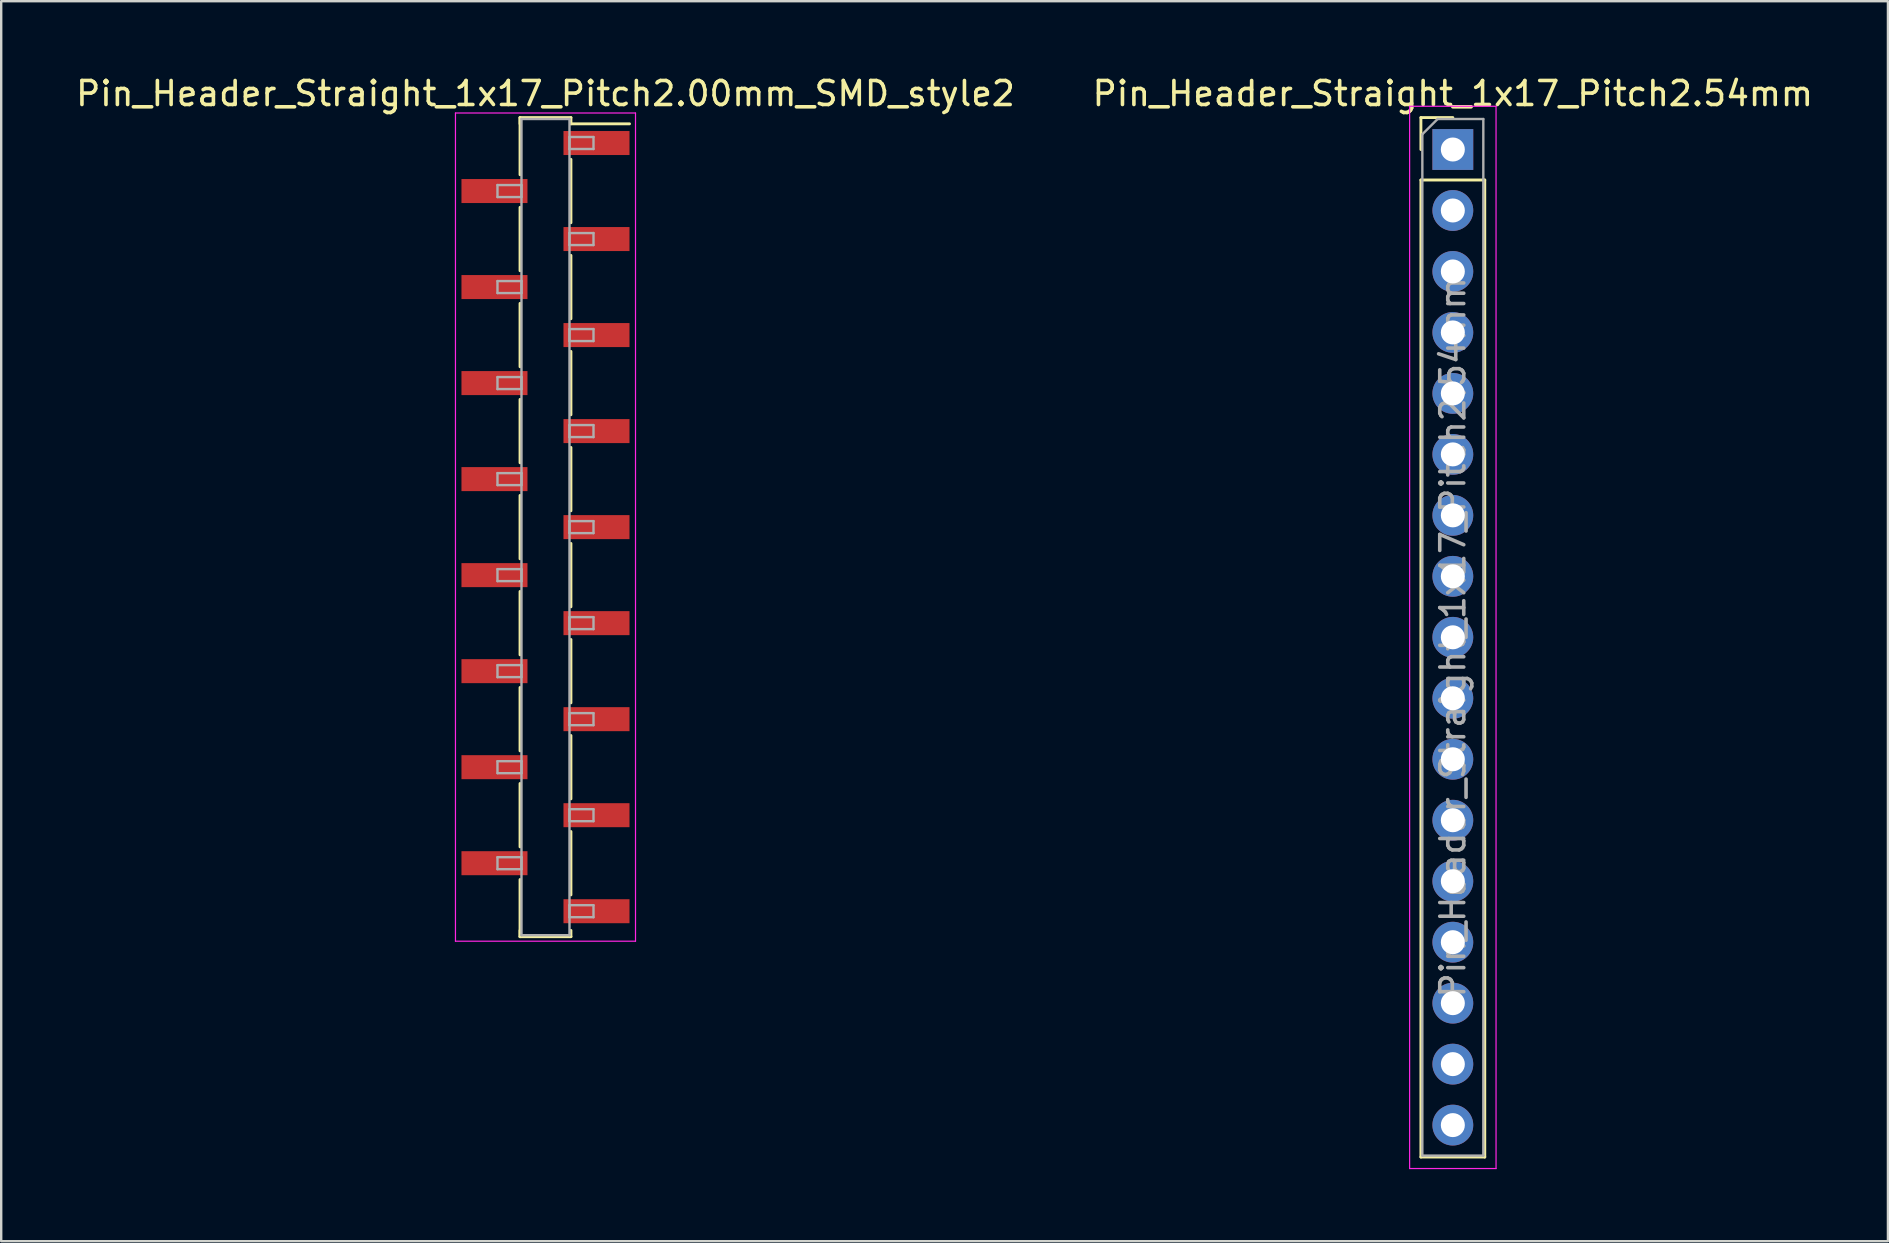
<source format=kicad_pcb>
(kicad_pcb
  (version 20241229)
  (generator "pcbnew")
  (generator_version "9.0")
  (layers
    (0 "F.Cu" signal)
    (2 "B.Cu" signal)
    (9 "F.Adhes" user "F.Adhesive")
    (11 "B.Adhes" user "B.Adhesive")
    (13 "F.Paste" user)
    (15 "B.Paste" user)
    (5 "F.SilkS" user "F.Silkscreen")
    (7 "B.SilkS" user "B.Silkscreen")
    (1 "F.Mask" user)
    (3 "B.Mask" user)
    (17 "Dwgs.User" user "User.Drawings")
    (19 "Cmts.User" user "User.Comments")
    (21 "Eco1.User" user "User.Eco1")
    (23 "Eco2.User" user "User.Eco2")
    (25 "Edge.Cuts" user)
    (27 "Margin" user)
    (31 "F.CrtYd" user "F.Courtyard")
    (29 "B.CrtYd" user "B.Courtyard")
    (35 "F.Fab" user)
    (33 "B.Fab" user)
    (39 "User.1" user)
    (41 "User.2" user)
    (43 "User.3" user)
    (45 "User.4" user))
  (footprint "Pin_Header_Straight_1x17_Pitch2.54mm"
    (layer "F.Cu")
    (at 57.47 3.178)
    (property "Reference" "Pin_Header_Straight_1x17_Pitch2.54mm" (at 0 -2.33 0) (layer "F.SilkS") (effects (font (size 1 1) (thickness 0.15))))
    (attr through_hole)
    (fp_line (start -1.33 -1.33) (end 0 -1.33) (stroke (width 0.12) (type solid)) (layer "F.SilkS"))
    (fp_line (start -1.33 0) (end -1.33 -1.33) (stroke (width 0.12) (type solid)) (layer "F.SilkS"))
    (fp_line (start -1.33 1.27) (end -1.33 41.97) (stroke (width 0.12) (type solid)) (layer "F.SilkS"))
    (fp_line (start -1.33 41.97) (end 1.33 41.97) (stroke (width 0.12) (type solid)) (layer "F.SilkS"))
    (fp_line (start 1.33 1.27) (end -1.33 1.27) (stroke (width 0.12) (type solid)) (layer "F.SilkS"))
    (fp_line (start 1.33 41.97) (end 1.33 1.27) (stroke (width 0.12) (type solid)) (layer "F.SilkS"))
    (fp_line (start -1.8 -1.8) (end -1.8 42.45) (stroke (width 0.05) (type solid)) (layer "F.CrtYd"))
    (fp_line (start -1.8 42.45) (end 1.8 42.45) (stroke (width 0.05) (type solid)) (layer "F.CrtYd"))
    (fp_line (start 1.8 -1.8) (end -1.8 -1.8) (stroke (width 0.05) (type solid)) (layer "F.CrtYd"))
    (fp_line (start 1.8 42.45) (end 1.8 -1.8) (stroke (width 0.05) (type solid)) (layer "F.CrtYd"))
    (fp_line (start -1.27 -0.635) (end -0.635 -1.27) (stroke (width 0.1) (type solid)) (layer "F.Fab"))
    (fp_line (start -1.27 41.91) (end -1.27 -0.635) (stroke (width 0.1) (type solid)) (layer "F.Fab"))
    (fp_line (start -0.635 -1.27) (end 1.27 -1.27) (stroke (width 0.1) (type solid)) (layer "F.Fab"))
    (fp_line (start 1.27 -1.27) (end 1.27 41.91) (stroke (width 0.1) (type solid)) (layer "F.Fab"))
    (fp_line (start 1.27 41.91) (end -1.27 41.91) (stroke (width 0.1) (type solid)) (layer "F.Fab"))
    (fp_text user "${REFERENCE}" (at 0 20.32 90) (layer "F.Fab") (effects (font (size 1 1) (thickness 0.15))))
    (pad "1" thru_hole rect (at 0 0) (size 1.7 1.7) (drill 1) (layers "*.Cu" "*.Mask"))
    (pad "2" thru_hole oval (at 0 2.54) (size 1.7 1.7) (drill 1) (layers "*.Cu" "*.Mask"))
    (pad "3" thru_hole oval (at 0 5.08) (size 1.7 1.7) (drill 1) (layers "*.Cu" "*.Mask"))
    (pad "4" thru_hole oval (at 0 7.62) (size 1.7 1.7) (drill 1) (layers "*.Cu" "*.Mask"))
    (pad "5" thru_hole oval (at 0 10.16) (size 1.7 1.7) (drill 1) (layers "*.Cu" "*.Mask"))
    (pad "6" thru_hole oval (at 0 12.7) (size 1.7 1.7) (drill 1) (layers "*.Cu" "*.Mask"))
    (pad "7" thru_hole oval (at 0 15.24) (size 1.7 1.7) (drill 1) (layers "*.Cu" "*.Mask"))
    (pad "8" thru_hole oval (at 0 17.78) (size 1.7 1.7) (drill 1) (layers "*.Cu" "*.Mask"))
    (pad "9" thru_hole oval (at 0 20.32) (size 1.7 1.7) (drill 1) (layers "*.Cu" "*.Mask"))
    (pad "10" thru_hole oval (at 0 22.86) (size 1.7 1.7) (drill 1) (layers "*.Cu" "*.Mask"))
    (pad "11" thru_hole oval (at 0 25.4) (size 1.7 1.7) (drill 1) (layers "*.Cu" "*.Mask"))
    (pad "12" thru_hole oval (at 0 27.94) (size 1.7 1.7) (drill 1) (layers "*.Cu" "*.Mask"))
    (pad "13" thru_hole oval (at 0 30.48) (size 1.7 1.7) (drill 1) (layers "*.Cu" "*.Mask"))
    (pad "14" thru_hole oval (at 0 33.02) (size 1.7 1.7) (drill 1) (layers "*.Cu" "*.Mask"))
    (pad "15" thru_hole oval (at 0 35.56) (size 1.7 1.7) (drill 1) (layers "*.Cu" "*.Mask"))
    (pad "16" thru_hole oval (at 0 38.1) (size 1.7 1.7) (drill 1) (layers "*.Cu" "*.Mask"))
    (pad "17" thru_hole oval (at 0 40.64) (size 1.7 1.7) (drill 1) (layers "*.Cu" "*.Mask")))
  (footprint "Pin_Header_Straight_1x17_Pitch2.00mm_SMD_style2"
    (layer "F.Cu")
    (at 19.673 18.908)
    (property "Reference" "Pin_Header_Straight_1x17_Pitch2.00mm_SMD_style2" (at 0 -18.06 0) (layer "F.SilkS") (effects (font (size 1 1) (thickness 0.15))))
    (attr smd)
    (fp_line (start -1.06 -17.06) (end -1.06 -14.68) (stroke (width 0.12) (type solid)) (layer "F.SilkS"))
    (fp_line (start -1.06 -17.06) (end 1.06 -17.06) (stroke (width 0.12) (type solid)) (layer "F.SilkS"))
    (fp_line (start -1.06 -16.8) (end -1.06 -17.06) (stroke (width 0.12) (type solid)) (layer "F.SilkS"))
    (fp_line (start -1.06 -13.32) (end -1.06 -10.68) (stroke (width 0.12) (type solid)) (layer "F.SilkS"))
    (fp_line (start -1.06 -9.32) (end -1.06 -6.68) (stroke (width 0.12) (type solid)) (layer "F.SilkS"))
    (fp_line (start -1.06 -5.32) (end -1.06 -2.68) (stroke (width 0.12) (type solid)) (layer "F.SilkS"))
    (fp_line (start -1.06 -1.32) (end -1.06 1.32) (stroke (width 0.12) (type solid)) (layer "F.SilkS"))
    (fp_line (start -1.06 2.68) (end -1.06 5.32) (stroke (width 0.12) (type solid)) (layer "F.SilkS"))
    (fp_line (start -1.06 6.68) (end -1.06 9.32) (stroke (width 0.12) (type solid)) (layer "F.SilkS"))
    (fp_line (start -1.06 10.68) (end -1.06 13.32) (stroke (width 0.12) (type solid)) (layer "F.SilkS"))
    (fp_line (start -1.06 14.68) (end -1.06 17.06) (stroke (width 0.12) (type solid)) (layer "F.SilkS"))
    (fp_line (start -1.06 16.8) (end -1.06 17.06) (stroke (width 0.12) (type solid)) (layer "F.SilkS"))
    (fp_line (start -1.06 17.06) (end 1.06 17.06) (stroke (width 0.12) (type solid)) (layer "F.SilkS"))
    (fp_line (start 1.06 -17.06) (end 1.06 -16.8) (stroke (width 0.12) (type solid)) (layer "F.SilkS"))
    (fp_line (start 1.06 -16.8) (end 3.5 -16.8) (stroke (width 0.12) (type solid)) (layer "F.SilkS"))
    (fp_line (start 1.06 -15.32) (end 1.06 -12.68) (stroke (width 0.12) (type solid)) (layer "F.SilkS"))
    (fp_line (start 1.06 -11.32) (end 1.06 -8.68) (stroke (width 0.12) (type solid)) (layer "F.SilkS"))
    (fp_line (start 1.06 -7.32) (end 1.06 -4.68) (stroke (width 0.12) (type solid)) (layer "F.SilkS"))
    (fp_line (start 1.06 -3.32) (end 1.06 -0.68) (stroke (width 0.12) (type solid)) (layer "F.SilkS"))
    (fp_line (start 1.06 0.68) (end 1.06 3.32) (stroke (width 0.12) (type solid)) (layer "F.SilkS"))
    (fp_line (start 1.06 4.68) (end 1.06 7.32) (stroke (width 0.12) (type solid)) (layer "F.SilkS"))
    (fp_line (start 1.06 8.68) (end 1.06 11.32) (stroke (width 0.12) (type solid)) (layer "F.SilkS"))
    (fp_line (start 1.06 12.68) (end 1.06 15.32) (stroke (width 0.12) (type solid)) (layer "F.SilkS"))
    (fp_line (start 1.06 17.06) (end 1.06 16.8) (stroke (width 0.12) (type solid)) (layer "F.SilkS"))
    (fp_line (start -3.75 -17.25) (end -3.75 17.25) (stroke (width 0.05) (type solid)) (layer "F.CrtYd"))
    (fp_line (start -3.75 17.25) (end 3.75 17.25) (stroke (width 0.05) (type solid)) (layer "F.CrtYd"))
    (fp_line (start 3.75 -17.25) (end -3.75 -17.25) (stroke (width 0.05) (type solid)) (layer "F.CrtYd"))
    (fp_line (start 3.75 17.25) (end 3.75 -17.25) (stroke (width 0.05) (type solid)) (layer "F.CrtYd"))
    (fp_line (start -2 -14.25) (end -1 -14.25) (stroke (width 0.1) (type solid)) (layer "F.Fab"))
    (fp_line (start -2 -13.75) (end -2 -14.25) (stroke (width 0.1) (type solid)) (layer "F.Fab"))
    (fp_line (start -2 -10.25) (end -1 -10.25) (stroke (width 0.1) (type solid)) (layer "F.Fab"))
    (fp_line (start -2 -9.75) (end -2 -10.25) (stroke (width 0.1) (type solid)) (layer "F.Fab"))
    (fp_line (start -2 -6.25) (end -1 -6.25) (stroke (width 0.1) (type solid)) (layer "F.Fab"))
    (fp_line (start -2 -5.75) (end -2 -6.25) (stroke (width 0.1) (type solid)) (layer "F.Fab"))
    (fp_line (start -2 -2.25) (end -1 -2.25) (stroke (width 0.1) (type solid)) (layer "F.Fab"))
    (fp_line (start -2 -1.75) (end -2 -2.25) (stroke (width 0.1) (type solid)) (layer "F.Fab"))
    (fp_line (start -2 1.75) (end -1 1.75) (stroke (width 0.1) (type solid)) (layer "F.Fab"))
    (fp_line (start -2 2.25) (end -2 1.75) (stroke (width 0.1) (type solid)) (layer "F.Fab"))
    (fp_line (start -2 5.75) (end -1 5.75) (stroke (width 0.1) (type solid)) (layer "F.Fab"))
    (fp_line (start -2 6.25) (end -2 5.75) (stroke (width 0.1) (type solid)) (layer "F.Fab"))
    (fp_line (start -2 9.75) (end -1 9.75) (stroke (width 0.1) (type solid)) (layer "F.Fab"))
    (fp_line (start -2 10.25) (end -2 9.75) (stroke (width 0.1) (type solid)) (layer "F.Fab"))
    (fp_line (start -2 13.75) (end -1 13.75) (stroke (width 0.1) (type solid)) (layer "F.Fab"))
    (fp_line (start -2 14.25) (end -2 13.75) (stroke (width 0.1) (type solid)) (layer "F.Fab"))
    (fp_line (start -1 -17) (end -1 17) (stroke (width 0.1) (type solid)) (layer "F.Fab"))
    (fp_line (start -1 -14.25) (end -1 -13.75) (stroke (width 0.1) (type solid)) (layer "F.Fab"))
    (fp_line (start -1 -13.75) (end -2 -13.75) (stroke (width 0.1) (type solid)) (layer "F.Fab"))
    (fp_line (start -1 -10.25) (end -1 -9.75) (stroke (width 0.1) (type solid)) (layer "F.Fab"))
    (fp_line (start -1 -9.75) (end -2 -9.75) (stroke (width 0.1) (type solid)) (layer "F.Fab"))
    (fp_line (start -1 -6.25) (end -1 -5.75) (stroke (width 0.1) (type solid)) (layer "F.Fab"))
    (fp_line (start -1 -5.75) (end -2 -5.75) (stroke (width 0.1) (type solid)) (layer "F.Fab"))
    (fp_line (start -1 -2.25) (end -1 -1.75) (stroke (width 0.1) (type solid)) (layer "F.Fab"))
    (fp_line (start -1 -1.75) (end -2 -1.75) (stroke (width 0.1) (type solid)) (layer "F.Fab"))
    (fp_line (start -1 1.75) (end -1 2.25) (stroke (width 0.1) (type solid)) (layer "F.Fab"))
    (fp_line (start -1 2.25) (end -2 2.25) (stroke (width 0.1) (type solid)) (layer "F.Fab"))
    (fp_line (start -1 5.75) (end -1 6.25) (stroke (width 0.1) (type solid)) (layer "F.Fab"))
    (fp_line (start -1 6.25) (end -2 6.25) (stroke (width 0.1) (type solid)) (layer "F.Fab"))
    (fp_line (start -1 9.75) (end -1 10.25) (stroke (width 0.1) (type solid)) (layer "F.Fab"))
    (fp_line (start -1 10.25) (end -2 10.25) (stroke (width 0.1) (type solid)) (layer "F.Fab"))
    (fp_line (start -1 13.75) (end -1 14.25) (stroke (width 0.1) (type solid)) (layer "F.Fab"))
    (fp_line (start -1 14.25) (end -2 14.25) (stroke (width 0.1) (type solid)) (layer "F.Fab"))
    (fp_line (start -1 17) (end 1 17) (stroke (width 0.1) (type solid)) (layer "F.Fab"))
    (fp_line (start 1 -17) (end -1 -17) (stroke (width 0.1) (type solid)) (layer "F.Fab"))
    (fp_line (start 1 -16.25) (end 1 -15.75) (stroke (width 0.1) (type solid)) (layer "F.Fab"))
    (fp_line (start 1 -15.75) (end 2 -15.75) (stroke (width 0.1) (type solid)) (layer "F.Fab"))
    (fp_line (start 1 -12.25) (end 1 -11.75) (stroke (width 0.1) (type solid)) (layer "F.Fab"))
    (fp_line (start 1 -11.75) (end 2 -11.75) (stroke (width 0.1) (type solid)) (layer "F.Fab"))
    (fp_line (start 1 -8.25) (end 1 -7.75) (stroke (width 0.1) (type solid)) (layer "F.Fab"))
    (fp_line (start 1 -7.75) (end 2 -7.75) (stroke (width 0.1) (type solid)) (layer "F.Fab"))
    (fp_line (start 1 -4.25) (end 1 -3.75) (stroke (width 0.1) (type solid)) (layer "F.Fab"))
    (fp_line (start 1 -3.75) (end 2 -3.75) (stroke (width 0.1) (type solid)) (layer "F.Fab"))
    (fp_line (start 1 -0.25) (end 1 0.25) (stroke (width 0.1) (type solid)) (layer "F.Fab"))
    (fp_line (start 1 0.25) (end 2 0.25) (stroke (width 0.1) (type solid)) (layer "F.Fab"))
    (fp_line (start 1 3.75) (end 1 4.25) (stroke (width 0.1) (type solid)) (layer "F.Fab"))
    (fp_line (start 1 4.25) (end 2 4.25) (stroke (width 0.1) (type solid)) (layer "F.Fab"))
    (fp_line (start 1 7.75) (end 1 8.25) (stroke (width 0.1) (type solid)) (layer "F.Fab"))
    (fp_line (start 1 8.25) (end 2 8.25) (stroke (width 0.1) (type solid)) (layer "F.Fab"))
    (fp_line (start 1 11.75) (end 1 12.25) (stroke (width 0.1) (type solid)) (layer "F.Fab"))
    (fp_line (start 1 12.25) (end 2 12.25) (stroke (width 0.1) (type solid)) (layer "F.Fab"))
    (fp_line (start 1 15.75) (end 1 16.25) (stroke (width 0.1) (type solid)) (layer "F.Fab"))
    (fp_line (start 1 16.25) (end 2 16.25) (stroke (width 0.1) (type solid)) (layer "F.Fab"))
    (fp_line (start 1 17) (end 1 -17) (stroke (width 0.1) (type solid)) (layer "F.Fab"))
    (fp_line (start 2 -16.25) (end 1 -16.25) (stroke (width 0.1) (type solid)) (layer "F.Fab"))
    (fp_line (start 2 -15.75) (end 2 -16.25) (stroke (width 0.1) (type solid)) (layer "F.Fab"))
    (fp_line (start 2 -12.25) (end 1 -12.25) (stroke (width 0.1) (type solid)) (layer "F.Fab"))
    (fp_line (start 2 -11.75) (end 2 -12.25) (stroke (width 0.1) (type solid)) (layer "F.Fab"))
    (fp_line (start 2 -8.25) (end 1 -8.25) (stroke (width 0.1) (type solid)) (layer "F.Fab"))
    (fp_line (start 2 -7.75) (end 2 -8.25) (stroke (width 0.1) (type solid)) (layer "F.Fab"))
    (fp_line (start 2 -4.25) (end 1 -4.25) (stroke (width 0.1) (type solid)) (layer "F.Fab"))
    (fp_line (start 2 -3.75) (end 2 -4.25) (stroke (width 0.1) (type solid)) (layer "F.Fab"))
    (fp_line (start 2 -0.25) (end 1 -0.25) (stroke (width 0.1) (type solid)) (layer "F.Fab"))
    (fp_line (start 2 0.25) (end 2 -0.25) (stroke (width 0.1) (type solid)) (layer "F.Fab"))
    (fp_line (start 2 3.75) (end 1 3.75) (stroke (width 0.1) (type solid)) (layer "F.Fab"))
    (fp_line (start 2 4.25) (end 2 3.75) (stroke (width 0.1) (type solid)) (layer "F.Fab"))
    (fp_line (start 2 7.75) (end 1 7.75) (stroke (width 0.1) (type solid)) (layer "F.Fab"))
    (fp_line (start 2 8.25) (end 2 7.75) (stroke (width 0.1) (type solid)) (layer "F.Fab"))
    (fp_line (start 2 11.75) (end 1 11.75) (stroke (width 0.1) (type solid)) (layer "F.Fab"))
    (fp_line (start 2 12.25) (end 2 11.75) (stroke (width 0.1) (type solid)) (layer "F.Fab"))
    (fp_line (start 2 15.75) (end 1 15.75) (stroke (width 0.1) (type solid)) (layer "F.Fab"))
    (fp_line (start 2 16.25) (end 2 15.75) (stroke (width 0.1) (type solid)) (layer "F.Fab"))
    (pad "1" smd rect (at 2.125 -16) (size 2.75 1) (layers "F.Cu" "F.Mask"))
    (pad "2" smd rect (at -2.125 -14) (size 2.75 1) (layers "F.Cu" "F.Mask"))
    (pad "3" smd rect (at 2.125 -12) (size 2.75 1) (layers "F.Cu" "F.Mask"))
    (pad "4" smd rect (at -2.125 -10) (size 2.75 1) (layers "F.Cu" "F.Mask"))
    (pad "5" smd rect (at 2.125 -8) (size 2.75 1) (layers "F.Cu" "F.Mask"))
    (pad "6" smd rect (at -2.125 -6) (size 2.75 1) (layers "F.Cu" "F.Mask"))
    (pad "7" smd rect (at 2.125 -4) (size 2.75 1) (layers "F.Cu" "F.Mask"))
    (pad "8" smd rect (at -2.125 -2) (size 2.75 1) (layers "F.Cu" "F.Mask"))
    (pad "9" smd rect (at 2.125 0) (size 2.75 1) (layers "F.Cu" "F.Mask"))
    (pad "10" smd rect (at -2.125 2) (size 2.75 1) (layers "F.Cu" "F.Mask"))
    (pad "11" smd rect (at 2.125 4) (size 2.75 1) (layers "F.Cu" "F.Mask"))
    (pad "12" smd rect (at -2.125 6) (size 2.75 1) (layers "F.Cu" "F.Mask"))
    (pad "13" smd rect (at 2.125 8) (size 2.75 1) (layers "F.Cu" "F.Mask"))
    (pad "14" smd rect (at -2.125 10) (size 2.75 1) (layers "F.Cu" "F.Mask"))
    (pad "15" smd rect (at 2.125 12) (size 2.75 1) (layers "F.Cu" "F.Mask"))
    (pad "16" smd rect (at -2.125 14) (size 2.75 1) (layers "F.Cu" "F.Mask"))
    (pad "17" smd rect (at 2.125 16) (size 2.75 1) (layers "F.Cu" "F.Mask")))
  (gr_rect
    (start -3 -3)
    (end 75.595 48.653)
    (stroke (width 0.1) (type default))
    (fill no)
    (layer "Edge.Cuts")))
</source>
